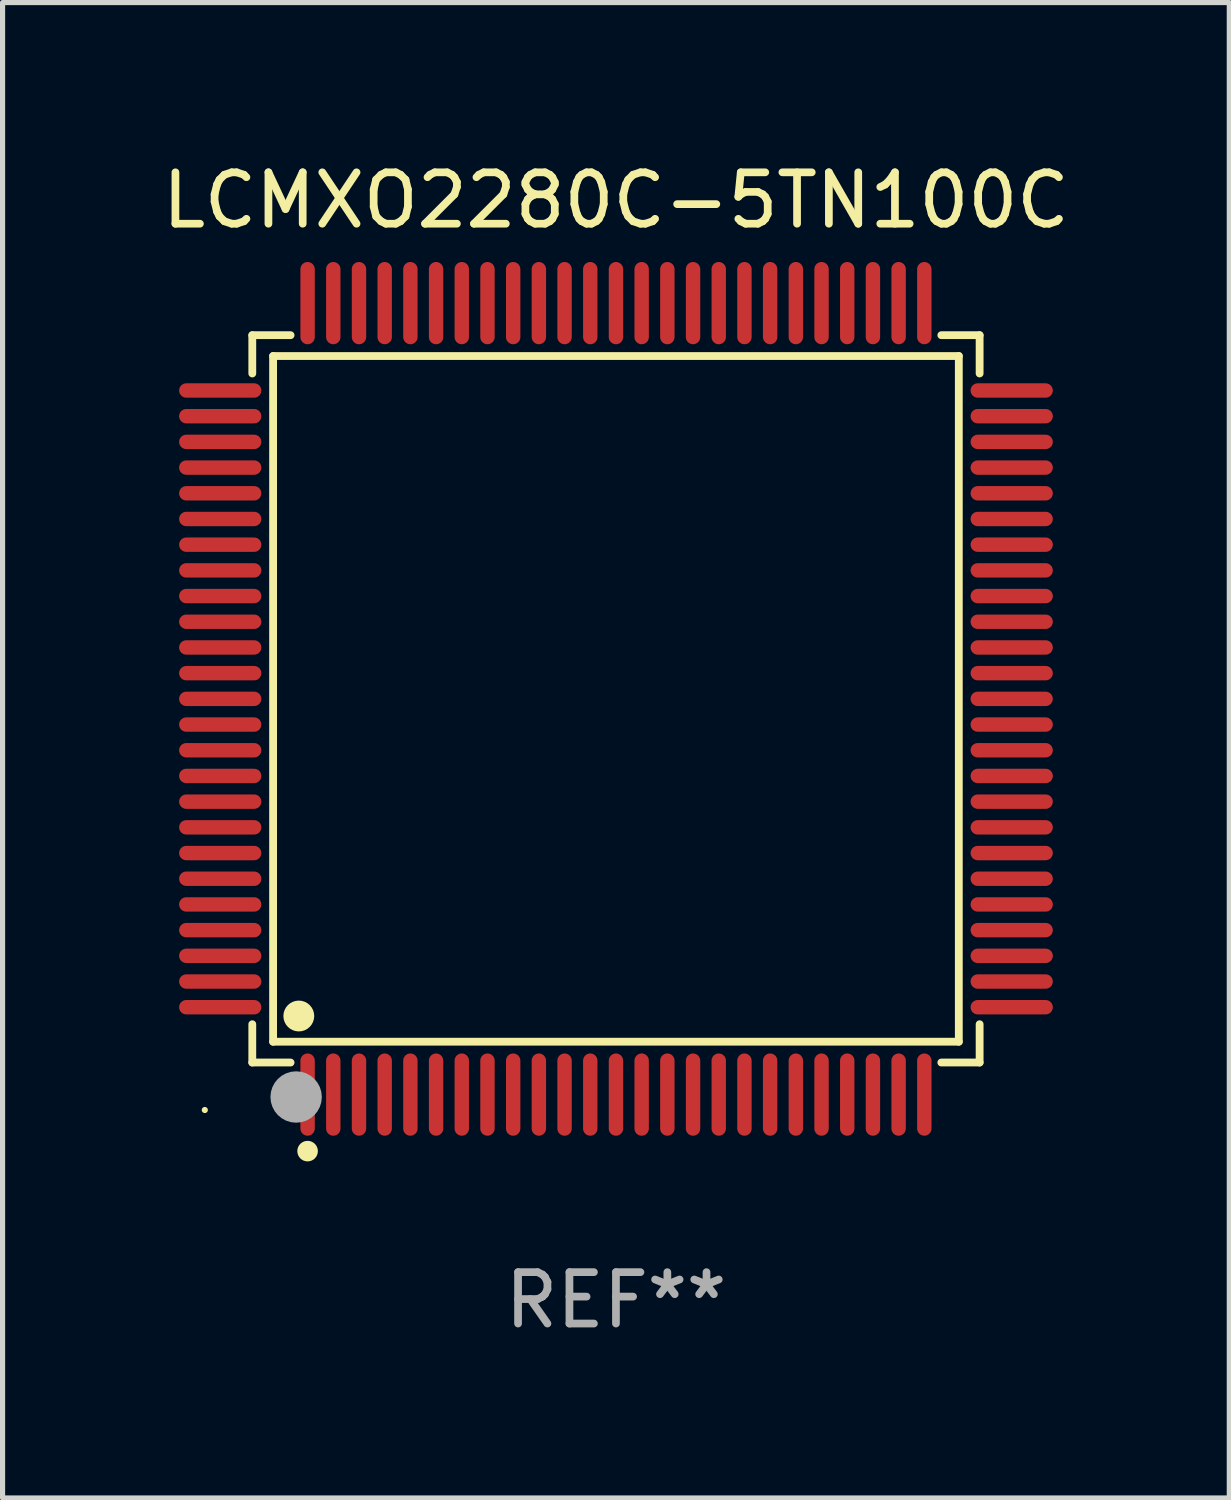
<source format=kicad_pcb>
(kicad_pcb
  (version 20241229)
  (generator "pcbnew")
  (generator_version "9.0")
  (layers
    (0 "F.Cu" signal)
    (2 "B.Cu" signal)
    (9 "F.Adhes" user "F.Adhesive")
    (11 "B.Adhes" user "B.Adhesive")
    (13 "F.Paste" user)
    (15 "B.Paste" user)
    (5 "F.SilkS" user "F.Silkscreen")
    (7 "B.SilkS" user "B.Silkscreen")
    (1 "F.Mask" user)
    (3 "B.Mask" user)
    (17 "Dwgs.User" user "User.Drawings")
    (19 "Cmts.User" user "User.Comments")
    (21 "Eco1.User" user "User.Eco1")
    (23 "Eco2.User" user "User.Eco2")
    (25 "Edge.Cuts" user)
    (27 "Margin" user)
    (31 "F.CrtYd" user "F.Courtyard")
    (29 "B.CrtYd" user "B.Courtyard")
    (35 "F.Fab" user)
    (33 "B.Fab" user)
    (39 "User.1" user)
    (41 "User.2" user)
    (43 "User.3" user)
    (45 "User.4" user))
  (footprint "LCMXO2280C-5TN100C"
    (layer "F.Cu")
    (at 8.935 10.548)
    (property "Reference" "LCMXO2280C-5TN100C" (at 0 -9.7 0) (layer "F.SilkS") (effects (font (size 1 1) (thickness 0.15))))
    (attr through_hole)
    (fp_line (start -7.076 -7.076) (end -6.331 -7.076) (stroke (width 0.152) (type solid)) (layer "F.SilkS"))
    (fp_line (start -7.076 -6.331) (end -7.076 -7.076) (stroke (width 0.152) (type solid)) (layer "F.SilkS"))
    (fp_line (start -7.076 6.331) (end -7.076 7.076) (stroke (width 0.152) (type solid)) (layer "F.SilkS"))
    (fp_line (start -7.076 7.076) (end -6.331 7.076) (stroke (width 0.152) (type solid)) (layer "F.SilkS"))
    (fp_line (start -6.671 -6.671) (end 6.671 -6.671) (stroke (width 0.152) (type solid)) (layer "F.SilkS"))
    (fp_line (start -6.671 6.671) (end -6.671 -6.671) (stroke (width 0.152) (type solid)) (layer "F.SilkS"))
    (fp_line (start 6.671 -6.671) (end 6.671 6.671) (stroke (width 0.152) (type solid)) (layer "F.SilkS"))
    (fp_line (start 6.671 6.671) (end -6.671 6.671) (stroke (width 0.152) (type solid)) (layer "F.SilkS"))
    (fp_line (start 7.076 -7.076) (end 6.331 -7.076) (stroke (width 0.152) (type solid)) (layer "F.SilkS"))
    (fp_line (start 7.076 -6.331) (end 7.076 -7.076) (stroke (width 0.152) (type solid)) (layer "F.SilkS"))
    (fp_line (start 7.076 6.331) (end 7.076 7.076) (stroke (width 0.152) (type solid)) (layer "F.SilkS"))
    (fp_line (start 7.076 7.076) (end 6.331 7.076) (stroke (width 0.152) (type solid)) (layer "F.SilkS"))
    (fp_circle (center -8 8) (end -7.97 8) (stroke (width 0.06) (type solid)) (fill no) (layer "F.SilkS"))
    (fp_circle (center -6.171 6.171) (end -6.021 6.171) (stroke (width 0.3) (type solid)) (fill no) (layer "F.SilkS"))
    (fp_circle (center -6 8.8) (end -5.9 8.8) (stroke (width 0.2) (type solid)) (fill no) (layer "F.SilkS"))
    (fp_circle (center -6.223 7.747) (end -5.973 7.747) (stroke (width 0.5) (type solid)) (fill no) (layer "F.Fab"))
    (fp_text user "REF**" (at 0 11.7 0) (layer "F.Fab") (effects (font (size 1 1) (thickness 0.15))))
    (pad "1" smd oval (at -6 7.7) (size 0.28 1.6) (layers "F.Cu" "F.Mask" "F.Paste"))
    (pad "2" smd oval (at -5.5 7.7) (size 0.28 1.6) (layers "F.Cu" "F.Mask" "F.Paste"))
    (pad "3" smd oval (at -5 7.7) (size 0.28 1.6) (layers "F.Cu" "F.Mask" "F.Paste"))
    (pad "4" smd oval (at -4.5 7.7) (size 0.28 1.6) (layers "F.Cu" "F.Mask" "F.Paste"))
    (pad "5" smd oval (at -4 7.7) (size 0.28 1.6) (layers "F.Cu" "F.Mask" "F.Paste"))
    (pad "6" smd oval (at -3.5 7.7) (size 0.28 1.6) (layers "F.Cu" "F.Mask" "F.Paste"))
    (pad "7" smd oval (at -3 7.7) (size 0.28 1.6) (layers "F.Cu" "F.Mask" "F.Paste"))
    (pad "8" smd oval (at -2.5 7.7) (size 0.28 1.6) (layers "F.Cu" "F.Mask" "F.Paste"))
    (pad "9" smd oval (at -2 7.7) (size 0.28 1.6) (layers "F.Cu" "F.Mask" "F.Paste"))
    (pad "10" smd oval (at -1.5 7.7) (size 0.28 1.6) (layers "F.Cu" "F.Mask" "F.Paste"))
    (pad "11" smd oval (at -1 7.7) (size 0.28 1.6) (layers "F.Cu" "F.Mask" "F.Paste"))
    (pad "12" smd oval (at -0.5 7.7) (size 0.28 1.6) (layers "F.Cu" "F.Mask" "F.Paste"))
    (pad "13" smd oval (at 0 7.7) (size 0.28 1.6) (layers "F.Cu" "F.Mask" "F.Paste"))
    (pad "14" smd oval (at 0.5 7.7) (size 0.28 1.6) (layers "F.Cu" "F.Mask" "F.Paste"))
    (pad "15" smd oval (at 1 7.7) (size 0.28 1.6) (layers "F.Cu" "F.Mask" "F.Paste"))
    (pad "16" smd oval (at 1.5 7.7) (size 0.28 1.6) (layers "F.Cu" "F.Mask" "F.Paste"))
    (pad "17" smd oval (at 2 7.7) (size 0.28 1.6) (layers "F.Cu" "F.Mask" "F.Paste"))
    (pad "18" smd oval (at 2.5 7.7) (size 0.28 1.6) (layers "F.Cu" "F.Mask" "F.Paste"))
    (pad "19" smd oval (at 3 7.7) (size 0.28 1.6) (layers "F.Cu" "F.Mask" "F.Paste"))
    (pad "20" smd oval (at 3.5 7.7) (size 0.28 1.6) (layers "F.Cu" "F.Mask" "F.Paste"))
    (pad "21" smd oval (at 4 7.7) (size 0.28 1.6) (layers "F.Cu" "F.Mask" "F.Paste"))
    (pad "22" smd oval (at 4.5 7.7) (size 0.28 1.6) (layers "F.Cu" "F.Mask" "F.Paste"))
    (pad "23" smd oval (at 5 7.7) (size 0.28 1.6) (layers "F.Cu" "F.Mask" "F.Paste"))
    (pad "24" smd oval (at 5.5 7.7) (size 0.28 1.6) (layers "F.Cu" "F.Mask" "F.Paste"))
    (pad "25" smd oval (at 6 7.7) (size 0.28 1.6) (layers "F.Cu" "F.Mask" "F.Paste"))
    (pad "26" smd oval (at 7.7 6) (size 1.6 0.28) (layers "F.Cu" "F.Mask" "F.Paste"))
    (pad "27" smd oval (at 7.7 5.5) (size 1.6 0.28) (layers "F.Cu" "F.Mask" "F.Paste"))
    (pad "28" smd oval (at 7.7 5) (size 1.6 0.28) (layers "F.Cu" "F.Mask" "F.Paste"))
    (pad "29" smd oval (at 7.7 4.5) (size 1.6 0.28) (layers "F.Cu" "F.Mask" "F.Paste"))
    (pad "30" smd oval (at 7.7 4) (size 1.6 0.28) (layers "F.Cu" "F.Mask" "F.Paste"))
    (pad "31" smd oval (at 7.7 3.5) (size 1.6 0.28) (layers "F.Cu" "F.Mask" "F.Paste"))
    (pad "32" smd oval (at 7.7 3) (size 1.6 0.28) (layers "F.Cu" "F.Mask" "F.Paste"))
    (pad "33" smd oval (at 7.7 2.5) (size 1.6 0.28) (layers "F.Cu" "F.Mask" "F.Paste"))
    (pad "34" smd oval (at 7.7 2) (size 1.6 0.28) (layers "F.Cu" "F.Mask" "F.Paste"))
    (pad "35" smd oval (at 7.7 1.5) (size 1.6 0.28) (layers "F.Cu" "F.Mask" "F.Paste"))
    (pad "36" smd oval (at 7.7 1) (size 1.6 0.28) (layers "F.Cu" "F.Mask" "F.Paste"))
    (pad "37" smd oval (at 7.7 0.5) (size 1.6 0.28) (layers "F.Cu" "F.Mask" "F.Paste"))
    (pad "38" smd oval (at 7.7 0) (size 1.6 0.28) (layers "F.Cu" "F.Mask" "F.Paste"))
    (pad "39" smd oval (at 7.7 -0.5) (size 1.6 0.28) (layers "F.Cu" "F.Mask" "F.Paste"))
    (pad "40" smd oval (at 7.7 -1) (size 1.6 0.28) (layers "F.Cu" "F.Mask" "F.Paste"))
    (pad "41" smd oval (at 7.7 -1.5) (size 1.6 0.28) (layers "F.Cu" "F.Mask" "F.Paste"))
    (pad "42" smd oval (at 7.7 -2) (size 1.6 0.28) (layers "F.Cu" "F.Mask" "F.Paste"))
    (pad "43" smd oval (at 7.7 -2.5) (size 1.6 0.28) (layers "F.Cu" "F.Mask" "F.Paste"))
    (pad "44" smd oval (at 7.7 -3) (size 1.6 0.28) (layers "F.Cu" "F.Mask" "F.Paste"))
    (pad "45" smd oval (at 7.7 -3.5) (size 1.6 0.28) (layers "F.Cu" "F.Mask" "F.Paste"))
    (pad "46" smd oval (at 7.7 -4) (size 1.6 0.28) (layers "F.Cu" "F.Mask" "F.Paste"))
    (pad "47" smd oval (at 7.7 -4.5) (size 1.6 0.28) (layers "F.Cu" "F.Mask" "F.Paste"))
    (pad "48" smd oval (at 7.7 -5) (size 1.6 0.28) (layers "F.Cu" "F.Mask" "F.Paste"))
    (pad "49" smd oval (at 7.7 -5.5) (size 1.6 0.28) (layers "F.Cu" "F.Mask" "F.Paste"))
    (pad "50" smd oval (at 7.7 -6) (size 1.6 0.28) (layers "F.Cu" "F.Mask" "F.Paste"))
    (pad "51" smd oval (at 6 -7.7) (size 0.28 1.6) (layers "F.Cu" "F.Mask" "F.Paste"))
    (pad "52" smd oval (at 5.5 -7.7) (size 0.28 1.6) (layers "F.Cu" "F.Mask" "F.Paste"))
    (pad "53" smd oval (at 5 -7.7) (size 0.28 1.6) (layers "F.Cu" "F.Mask" "F.Paste"))
    (pad "54" smd oval (at 4.5 -7.7) (size 0.28 1.6) (layers "F.Cu" "F.Mask" "F.Paste"))
    (pad "55" smd oval (at 4 -7.7) (size 0.28 1.6) (layers "F.Cu" "F.Mask" "F.Paste"))
    (pad "56" smd oval (at 3.5 -7.7) (size 0.28 1.6) (layers "F.Cu" "F.Mask" "F.Paste"))
    (pad "57" smd oval (at 3 -7.7) (size 0.28 1.6) (layers "F.Cu" "F.Mask" "F.Paste"))
    (pad "58" smd oval (at 2.5 -7.7) (size 0.28 1.6) (layers "F.Cu" "F.Mask" "F.Paste"))
    (pad "59" smd oval (at 2 -7.7) (size 0.28 1.6) (layers "F.Cu" "F.Mask" "F.Paste"))
    (pad "60" smd oval (at 1.5 -7.7) (size 0.28 1.6) (layers "F.Cu" "F.Mask" "F.Paste"))
    (pad "61" smd oval (at 1 -7.7) (size 0.28 1.6) (layers "F.Cu" "F.Mask" "F.Paste"))
    (pad "62" smd oval (at 0.5 -7.7) (size 0.28 1.6) (layers "F.Cu" "F.Mask" "F.Paste"))
    (pad "63" smd oval (at 0 -7.7) (size 0.28 1.6) (layers "F.Cu" "F.Mask" "F.Paste"))
    (pad "64" smd oval (at -0.5 -7.7) (size 0.28 1.6) (layers "F.Cu" "F.Mask" "F.Paste"))
    (pad "65" smd oval (at -1 -7.7) (size 0.28 1.6) (layers "F.Cu" "F.Mask" "F.Paste"))
    (pad "66" smd oval (at -1.5 -7.7) (size 0.28 1.6) (layers "F.Cu" "F.Mask" "F.Paste"))
    (pad "67" smd oval (at -2 -7.7) (size 0.28 1.6) (layers "F.Cu" "F.Mask" "F.Paste"))
    (pad "68" smd oval (at -2.5 -7.7) (size 0.28 1.6) (layers "F.Cu" "F.Mask" "F.Paste"))
    (pad "69" smd oval (at -3 -7.7) (size 0.28 1.6) (layers "F.Cu" "F.Mask" "F.Paste"))
    (pad "70" smd oval (at -3.5 -7.7) (size 0.28 1.6) (layers "F.Cu" "F.Mask" "F.Paste"))
    (pad "71" smd oval (at -4 -7.7) (size 0.28 1.6) (layers "F.Cu" "F.Mask" "F.Paste"))
    (pad "72" smd oval (at -4.5 -7.7) (size 0.28 1.6) (layers "F.Cu" "F.Mask" "F.Paste"))
    (pad "73" smd oval (at -5 -7.7) (size 0.28 1.6) (layers "F.Cu" "F.Mask" "F.Paste"))
    (pad "74" smd oval (at -5.5 -7.7) (size 0.28 1.6) (layers "F.Cu" "F.Mask" "F.Paste"))
    (pad "75" smd oval (at -6 -7.7) (size 0.28 1.6) (layers "F.Cu" "F.Mask" "F.Paste"))
    (pad "76" smd oval (at -7.7 -6) (size 1.6 0.28) (layers "F.Cu" "F.Mask" "F.Paste"))
    (pad "77" smd oval (at -7.7 -5.5) (size 1.6 0.28) (layers "F.Cu" "F.Mask" "F.Paste"))
    (pad "78" smd oval (at -7.7 -5) (size 1.6 0.28) (layers "F.Cu" "F.Mask" "F.Paste"))
    (pad "79" smd oval (at -7.7 -4.5) (size 1.6 0.28) (layers "F.Cu" "F.Mask" "F.Paste"))
    (pad "80" smd oval (at -7.7 -4) (size 1.6 0.28) (layers "F.Cu" "F.Mask" "F.Paste"))
    (pad "81" smd oval (at -7.7 -3.5) (size 1.6 0.28) (layers "F.Cu" "F.Mask" "F.Paste"))
    (pad "82" smd oval (at -7.7 -3) (size 1.6 0.28) (layers "F.Cu" "F.Mask" "F.Paste"))
    (pad "83" smd oval (at -7.7 -2.5) (size 1.6 0.28) (layers "F.Cu" "F.Mask" "F.Paste"))
    (pad "84" smd oval (at -7.7 -2) (size 1.6 0.28) (layers "F.Cu" "F.Mask" "F.Paste"))
    (pad "85" smd oval (at -7.7 -1.5) (size 1.6 0.28) (layers "F.Cu" "F.Mask" "F.Paste"))
    (pad "86" smd oval (at -7.7 -1) (size 1.6 0.28) (layers "F.Cu" "F.Mask" "F.Paste"))
    (pad "87" smd oval (at -7.7 -0.5) (size 1.6 0.28) (layers "F.Cu" "F.Mask" "F.Paste"))
    (pad "88" smd oval (at -7.7 0) (size 1.6 0.28) (layers "F.Cu" "F.Mask" "F.Paste"))
    (pad "89" smd oval (at -7.7 0.5) (size 1.6 0.28) (layers "F.Cu" "F.Mask" "F.Paste"))
    (pad "90" smd oval (at -7.7 1) (size 1.6 0.28) (layers "F.Cu" "F.Mask" "F.Paste"))
    (pad "91" smd oval (at -7.7 1.5) (size 1.6 0.28) (layers "F.Cu" "F.Mask" "F.Paste"))
    (pad "92" smd oval (at -7.7 2) (size 1.6 0.28) (layers "F.Cu" "F.Mask" "F.Paste"))
    (pad "93" smd oval (at -7.7 2.5) (size 1.6 0.28) (layers "F.Cu" "F.Mask" "F.Paste"))
    (pad "94" smd oval (at -7.7 3) (size 1.6 0.28) (layers "F.Cu" "F.Mask" "F.Paste"))
    (pad "95" smd oval (at -7.7 3.5) (size 1.6 0.28) (layers "F.Cu" "F.Mask" "F.Paste"))
    (pad "96" smd oval (at -7.7 4) (size 1.6 0.28) (layers "F.Cu" "F.Mask" "F.Paste"))
    (pad "97" smd oval (at -7.7 4.5) (size 1.6 0.28) (layers "F.Cu" "F.Mask" "F.Paste"))
    (pad "98" smd oval (at -7.7 5) (size 1.6 0.28) (layers "F.Cu" "F.Mask" "F.Paste"))
    (pad "99" smd oval (at -7.7 5.5) (size 1.6 0.28) (layers "F.Cu" "F.Mask" "F.Paste"))
    (pad "100" smd oval (at -7.7 6) (size 1.6 0.28) (layers "F.Cu" "F.Mask" "F.Paste")))
  (gr_rect
    (start -3 -3)
    (end 20.869 26.097)
    (stroke (width 0.1) (type default))
    (fill no)
    (layer "Edge.Cuts")))
</source>
